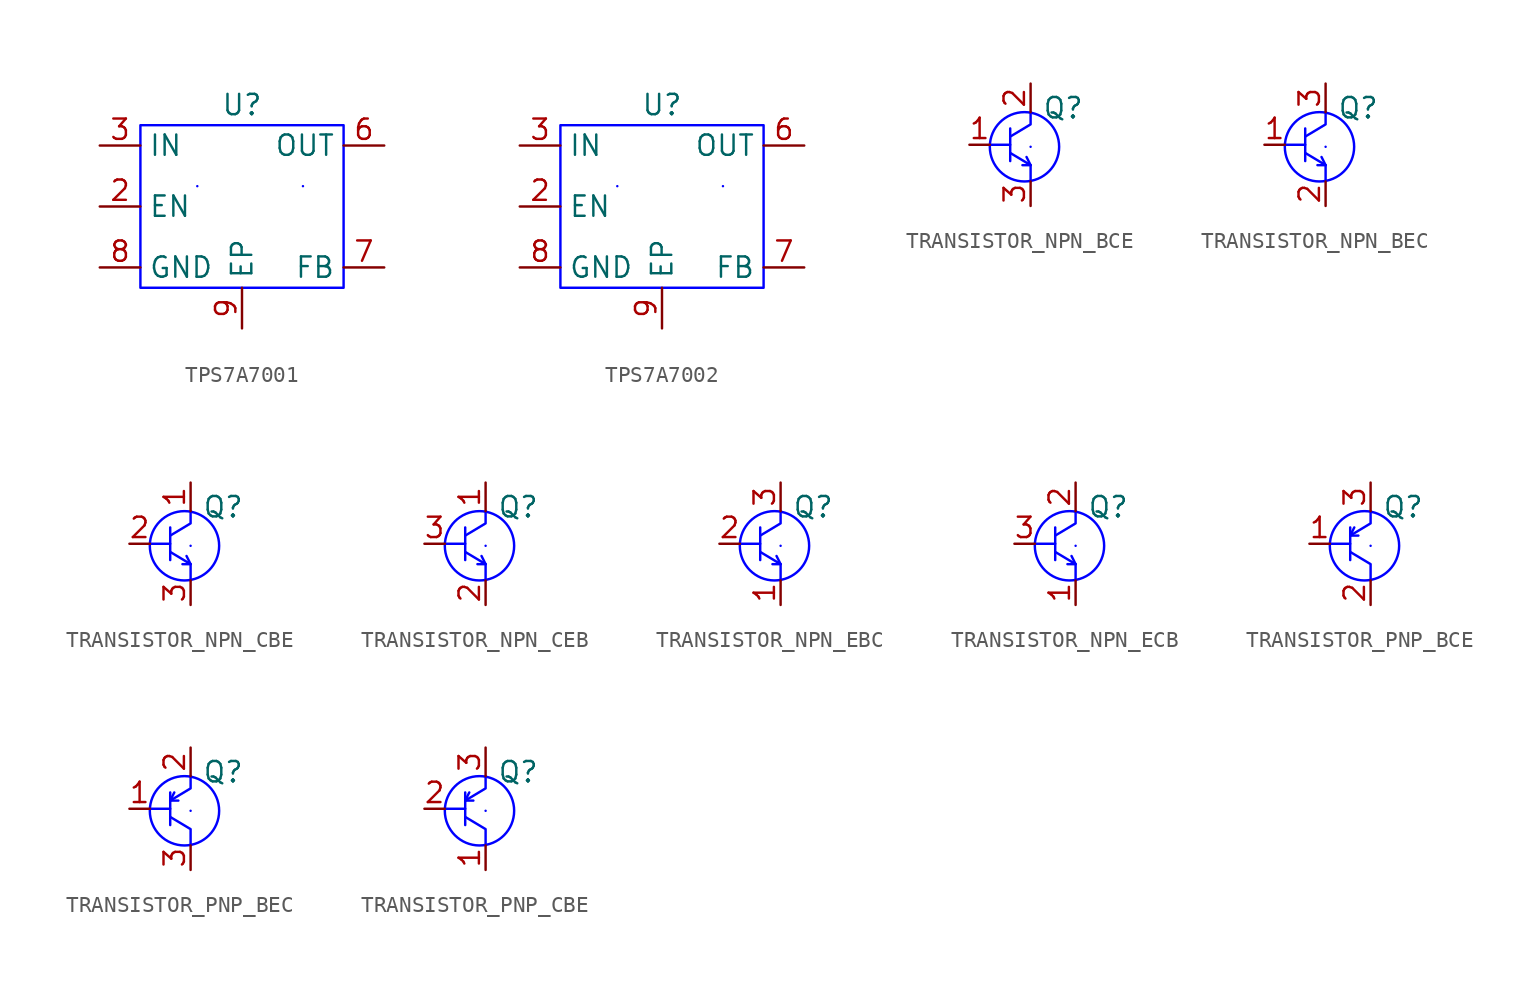
<source format=kicad_sym>
(kicad_symbol_lib
  (version 20241209)
  (generator "kicad_symbol_editor")
  (generator_version "9.0")
  (symbol "TPS7A7001"
    (property "Reference" "U"
      (at 6.35 1.27 0)
      (effects (font (size 1.27 1.27))))
    (property "Value" ""
      (at 0 0 0)
      (effects (font (size 1.27 1.27))))
    (symbol "TPS7A7001_0_1"
      (rectangle (start 0 0) (end 12.7 -10.16) (stroke (width 0) (type default) (color 0 0 255 1)) (fill (type none)))
      (polyline (pts (xy 3.556 -3.81) (xy 3.556 -3.81)) (stroke (width 0) (type default) (color 0 0 255 1)) (fill (type none)))
      (polyline (pts (xy 10.16 -3.81) (xy 10.16 -3.81)) (stroke (width 0) (type default) (color 0 0 255 1)) (fill (type none))))
    (symbol "TPS7A7001_1_1"
      (pin power_in line (at -2.54 -1.27 0) (length 2.54) (name "IN" (effects (font (size 1.27 1.27)))) (number "3" (effects (font (size 1.27 1.27)))))
      (pin input line (at -2.54 -5.08 0) (length 2.54) (name "EN" (effects (font (size 1.27 1.27)))) (number "2" (effects (font (size 1.27 1.27)))))
      (pin power_in line (at -2.54 -8.89 0) (length 2.54) (name "GND" (effects (font (size 1.27 1.27)))) (number "8" (effects (font (size 1.27 1.27)))))
      (pin power_in line (at 6.35 -12.7 90) (length 2.54) (name "EP" (effects (font (size 1.27 1.27)))) (number "9" (effects (font (size 1.27 1.27)))))
      (pin power_out line (at 15.24 -1.27 180) (length 2.54) (name "OUT" (effects (font (size 1.27 1.27)))) (number "6" (effects (font (size 1.27 1.27)))))
      (pin no_connect line (at 15.24 -3.81 180) (length 2.54) (hide yes) (name "NC" (effects (font (size 1.27 1.27)))) (number "1" (effects (font (size 1.27 1.27)))))
      (pin no_connect line (at 15.24 -5.08 180) (length 2.54) (hide yes) (name "NC" (effects (font (size 1.27 1.27)))) (number "4" (effects (font (size 1.27 1.27)))))
      (pin no_connect line (at 15.24 -6.35 180) (length 2.54) (hide yes) (name "NC" (effects (font (size 1.27 1.27)))) (number "5" (effects (font (size 1.27 1.27)))))
      (pin input line (at 15.24 -8.89 180) (length 2.54) (name "FB" (effects (font (size 1.27 1.27)))) (number "7" (effects (font (size 1.27 1.27)))))))
  (symbol "TPS7A7002"
    (property "Reference" "U"
      (at 6.35 1.27 0)
      (effects (font (size 1.27 1.27))))
    (property "Value" ""
      (at 0 0 0)
      (effects (font (size 1.27 1.27))))
    (symbol "TPS7A7002_0_1"
      (rectangle (start 0 0) (end 12.7 -10.16) (stroke (width 0) (type default) (color 0 0 255 1)) (fill (type none)))
      (polyline (pts (xy 3.556 -3.81) (xy 3.556 -3.81)) (stroke (width 0) (type default) (color 0 0 255 1)) (fill (type none)))
      (polyline (pts (xy 10.16 -3.81) (xy 10.16 -3.81)) (stroke (width 0) (type default) (color 0 0 255 1)) (fill (type none))))
    (symbol "TPS7A7002_1_1"
      (pin power_in line (at -2.54 -1.27 0) (length 2.54) (name "IN" (effects (font (size 1.27 1.27)))) (number "3" (effects (font (size 1.27 1.27)))))
      (pin input line (at -2.54 -5.08 0) (length 2.54) (name "EN" (effects (font (size 1.27 1.27)))) (number "2" (effects (font (size 1.27 1.27)))))
      (pin power_in line (at -2.54 -8.89 0) (length 2.54) (name "GND" (effects (font (size 1.27 1.27)))) (number "8" (effects (font (size 1.27 1.27)))))
      (pin power_in line (at 6.35 -12.7 90) (length 2.54) (name "EP" (effects (font (size 1.27 1.27)))) (number "9" (effects (font (size 1.27 1.27)))))
      (pin power_out line (at 15.24 -1.27 180) (length 2.54) (name "OUT" (effects (font (size 1.27 1.27)))) (number "6" (effects (font (size 1.27 1.27)))))
      (pin no_connect line (at 15.24 -3.81 180) (length 2.54) (hide yes) (name "NC" (effects (font (size 1.27 1.27)))) (number "1" (effects (font (size 1.27 1.27)))))
      (pin no_connect line (at 15.24 -5.08 180) (length 2.54) (hide yes) (name "NC" (effects (font (size 1.27 1.27)))) (number "4" (effects (font (size 1.27 1.27)))))
      (pin no_connect line (at 15.24 -6.35 180) (length 2.54) (hide yes) (name "NC" (effects (font (size 1.27 1.27)))) (number "5" (effects (font (size 1.27 1.27)))))
      (pin input line (at 15.24 -8.89 180) (length 2.54) (name "FB" (effects (font (size 1.27 1.27)))) (number "7" (effects (font (size 1.27 1.27)))))))
  (symbol "TRANSISTOR_NPN_BCE"
    (pin_names
      (offset 0)
      (hide yes))
    (property "Reference" "Q"
      (at 5.842 2.286 0)
      (effects (font (size 1.27 1.27))))
    (property "Value" ""
      (at 0 0 0)
      (effects (font (size 1.27 1.27))))
    (property "I(c)" ""
      (at 0 0 0)
      (effects (font (size 1.27 1.27))))
    (symbol "TRANSISTOR_NPN_BCE_0_1"
      (polyline (pts (xy 2.54 -0.508) (xy 3.81 -1.27) (xy 3.81 -2.286)) (stroke (width 0) (type default) (color 0 0 255 1)) (fill (type none)))
      (polyline (pts (xy 3.81 2.032) (xy 3.81 1.27) (xy 2.54 0.508)) (stroke (width 0) (type default) (color 0 0 255 1)) (fill (type none)))
      (polyline (pts (xy 3.81 -1.27) (xy 3.302 -1.27)) (stroke (width 0) (type default) (color 0 0 255 1)) (fill (type none)))
      (polyline (pts (xy 3.81 -1.27) (xy 3.556 -0.762)) (stroke (width 0) (type default) (color 0 0 255 1)) (fill (type none))))
    (symbol "TRANSISTOR_NPN_BCE_1_1"
      (polyline (pts (xy 1.27 0) (xy 2.54 0)) (stroke (width 0) (type solid) (color 0 0 255 1)) (fill (type none)))
      (polyline (pts (xy 2.54 1.016) (xy 2.54 -1.016)) (stroke (width 0) (type solid) (color 0 0 255 1)) (fill (type none)))
      (circle (center 3.429 -0.127) (radius 2.159) (stroke (width 0) (type solid) (color 0 0 255 1)) (fill (type none)))
      (polyline (pts (xy 3.81 -0.127) (xy 3.81 -0.127)) (stroke (width 0) (type solid) (color 0 0 255 1)) (fill (type none)))
      (pin input line (at 0 0 0) (length 1.27) (name "B" (effects (font (size 1.27 1.27)))) (number "1" (effects (font (size 1.27 1.27)))))
      (pin passive line (at 3.81 3.81 270) (length 1.778) (name "C" (effects (font (size 1.27 1.27)))) (number "2" (effects (font (size 1.27 1.27)))))
      (pin passive line (at 3.81 -3.81 90) (length 1.524) (name "E" (effects (font (size 1.27 1.27)))) (number "3" (effects (font (size 1.27 1.27)))))))
  (symbol "TRANSISTOR_NPN_BEC"
    (pin_names
      (offset 0)
      (hide yes))
    (property "Reference" "Q"
      (at 5.842 2.286 0)
      (effects (font (size 1.27 1.27))))
    (property "Value" ""
      (at 0 0 0)
      (effects (font (size 1.27 1.27))))
    (property "I(c)" ""
      (at 0 0 0)
      (effects (font (size 1.27 1.27))))
    (symbol "TRANSISTOR_NPN_BEC_0_1"
      (polyline (pts (xy 2.54 -0.508) (xy 3.81 -1.27) (xy 3.81 -2.286)) (stroke (width 0) (type default) (color 0 0 255 1)) (fill (type none)))
      (polyline (pts (xy 3.81 2.032) (xy 3.81 1.27) (xy 2.54 0.508)) (stroke (width 0) (type default) (color 0 0 255 1)) (fill (type none)))
      (polyline (pts (xy 3.81 -1.27) (xy 3.302 -1.27)) (stroke (width 0) (type default) (color 0 0 255 1)) (fill (type none)))
      (polyline (pts (xy 3.81 -1.27) (xy 3.556 -0.762)) (stroke (width 0) (type default) (color 0 0 255 1)) (fill (type none))))
    (symbol "TRANSISTOR_NPN_BEC_1_1"
      (polyline (pts (xy 1.27 0) (xy 2.54 0)) (stroke (width 0) (type solid) (color 0 0 255 1)) (fill (type none)))
      (polyline (pts (xy 2.54 1.016) (xy 2.54 -1.016)) (stroke (width 0) (type solid) (color 0 0 255 1)) (fill (type none)))
      (circle (center 3.429 -0.127) (radius 2.159) (stroke (width 0) (type default) (color 0 0 255 1)) (fill (type none)))
      (polyline (pts (xy 3.81 -0.127) (xy 3.81 -0.127)) (stroke (width 0) (type solid) (color 0 0 255 1)) (fill (type none)))
      (pin input line (at 0 0 0) (length 1.27) (name "B" (effects (font (size 1.27 1.27)))) (number "1" (effects (font (size 1.27 1.27)))))
      (pin passive line (at 3.81 3.81 270) (length 1.778) (name "C" (effects (font (size 1.27 1.27)))) (number "3" (effects (font (size 1.27 1.27)))))
      (pin passive line (at 3.81 -3.81 90) (length 1.524) (name "E" (effects (font (size 1.27 1.27)))) (number "2" (effects (font (size 1.27 1.27)))))))
  (symbol "TRANSISTOR_NPN_CBE"
    (pin_names
      (offset 0)
      (hide yes))
    (property "Reference" "Q"
      (at 5.842 2.286 0)
      (effects (font (size 1.27 1.27))))
    (property "Value" ""
      (at 0 0 0)
      (effects (font (size 1.27 1.27))))
    (property "I(c)" ""
      (at 0 0 0)
      (effects (font (size 1.27 1.27))))
    (symbol "TRANSISTOR_NPN_CBE_0_1"
      (polyline (pts (xy 2.54 -0.508) (xy 3.81 -1.27) (xy 3.81 -2.286)) (stroke (width 0) (type default) (color 0 0 255 1)) (fill (type none)))
      (polyline (pts (xy 3.81 2.032) (xy 3.81 1.27) (xy 2.54 0.508)) (stroke (width 0) (type default) (color 0 0 255 1)) (fill (type none)))
      (polyline (pts (xy 3.81 -1.27) (xy 3.302 -1.27)) (stroke (width 0) (type default) (color 0 0 255 1)) (fill (type none)))
      (polyline (pts (xy 3.81 -1.27) (xy 3.556 -0.762)) (stroke (width 0) (type default) (color 0 0 255 1)) (fill (type none))))
    (symbol "TRANSISTOR_NPN_CBE_1_1"
      (polyline (pts (xy 1.27 0) (xy 2.54 0)) (stroke (width 0) (type solid) (color 0 0 255 1)) (fill (type none)))
      (polyline (pts (xy 2.54 1.016) (xy 2.54 -1.016)) (stroke (width 0) (type solid) (color 0 0 255 1)) (fill (type none)))
      (circle (center 3.429 -0.127) (radius 2.159) (stroke (width 0) (type default) (color 0 0 255 1)) (fill (type none)))
      (polyline (pts (xy 3.81 -0.127) (xy 3.81 -0.127)) (stroke (width 0) (type solid) (color 0 0 255 1)) (fill (type none)))
      (pin input line (at 0 0 0) (length 1.27) (name "B" (effects (font (size 1.27 1.27)))) (number "2" (effects (font (size 1.27 1.27)))))
      (pin passive line (at 3.81 3.81 270) (length 1.778) (name "C" (effects (font (size 1.27 1.27)))) (number "1" (effects (font (size 1.27 1.27)))))
      (pin passive line (at 3.81 -3.81 90) (length 1.524) (name "E" (effects (font (size 1.27 1.27)))) (number "3" (effects (font (size 1.27 1.27)))))))
  (symbol "TRANSISTOR_NPN_CEB"
    (pin_names
      (offset 0)
      (hide yes))
    (property "Reference" "Q"
      (at 5.842 2.286 0)
      (effects (font (size 1.27 1.27))))
    (property "Value" ""
      (at 0 0 0)
      (effects (font (size 1.27 1.27))))
    (property "I(c)" ""
      (at 0 0 0)
      (effects (font (size 1.27 1.27))))
    (symbol "TRANSISTOR_NPN_CEB_0_1"
      (polyline (pts (xy 2.54 -0.508) (xy 3.81 -1.27) (xy 3.81 -2.286)) (stroke (width 0) (type default) (color 0 0 255 1)) (fill (type none)))
      (polyline (pts (xy 3.81 2.032) (xy 3.81 1.27) (xy 2.54 0.508)) (stroke (width 0) (type default) (color 0 0 255 1)) (fill (type none)))
      (polyline (pts (xy 3.81 -1.27) (xy 3.302 -1.27)) (stroke (width 0) (type default) (color 0 0 255 1)) (fill (type none)))
      (polyline (pts (xy 3.81 -1.27) (xy 3.556 -0.762)) (stroke (width 0) (type default) (color 0 0 255 1)) (fill (type none))))
    (symbol "TRANSISTOR_NPN_CEB_1_1"
      (polyline (pts (xy 1.27 0) (xy 2.54 0)) (stroke (width 0) (type solid) (color 0 0 255 1)) (fill (type none)))
      (polyline (pts (xy 2.54 1.016) (xy 2.54 -1.016)) (stroke (width 0) (type solid) (color 0 0 255 1)) (fill (type none)))
      (circle (center 3.429 -0.127) (radius 2.159) (stroke (width 0) (type default) (color 0 0 255 1)) (fill (type none)))
      (polyline (pts (xy 3.81 -0.127) (xy 3.81 -0.127)) (stroke (width 0) (type solid) (color 0 0 255 1)) (fill (type none)))
      (pin input line (at 0 0 0) (length 1.27) (name "B" (effects (font (size 1.27 1.27)))) (number "3" (effects (font (size 1.27 1.27)))))
      (pin passive line (at 3.81 3.81 270) (length 1.778) (name "C" (effects (font (size 1.27 1.27)))) (number "1" (effects (font (size 1.27 1.27)))))
      (pin passive line (at 3.81 -3.81 90) (length 1.524) (name "E" (effects (font (size 1.27 1.27)))) (number "2" (effects (font (size 1.27 1.27)))))))
  (symbol "TRANSISTOR_NPN_EBC"
    (pin_names
      (offset 0)
      (hide yes))
    (property "Reference" "Q"
      (at 5.842 2.286 0)
      (effects (font (size 1.27 1.27))))
    (property "Value" ""
      (at 0 0 0)
      (effects (font (size 1.27 1.27))))
    (property "I(c)" ""
      (at 0 0 0)
      (effects (font (size 1.27 1.27))))
    (symbol "TRANSISTOR_NPN_EBC_0_1"
      (polyline (pts (xy 2.54 -0.508) (xy 3.81 -1.27) (xy 3.81 -2.286)) (stroke (width 0) (type default) (color 0 0 255 1)) (fill (type none)))
      (polyline (pts (xy 3.81 2.032) (xy 3.81 1.27) (xy 2.54 0.508)) (stroke (width 0) (type default) (color 0 0 255 1)) (fill (type none)))
      (polyline (pts (xy 3.81 -1.27) (xy 3.302 -1.27)) (stroke (width 0) (type default) (color 0 0 255 1)) (fill (type none)))
      (polyline (pts (xy 3.81 -1.27) (xy 3.556 -0.762)) (stroke (width 0) (type default) (color 0 0 255 1)) (fill (type none))))
    (symbol "TRANSISTOR_NPN_EBC_1_1"
      (polyline (pts (xy 1.27 0) (xy 2.54 0)) (stroke (width 0) (type solid) (color 0 0 255 1)) (fill (type none)))
      (polyline (pts (xy 2.54 1.016) (xy 2.54 -1.016)) (stroke (width 0) (type solid) (color 0 0 255 1)) (fill (type none)))
      (circle (center 3.429 -0.127) (radius 2.159) (stroke (width 0) (type default) (color 0 0 255 1)) (fill (type none)))
      (polyline (pts (xy 3.81 -0.127) (xy 3.81 -0.127)) (stroke (width 0) (type solid) (color 0 0 255 1)) (fill (type none)))
      (pin input line (at 0 0 0) (length 1.27) (name "B" (effects (font (size 1.27 1.27)))) (number "2" (effects (font (size 1.27 1.27)))))
      (pin passive line (at 3.81 3.81 270) (length 1.778) (name "C" (effects (font (size 1.27 1.27)))) (number "3" (effects (font (size 1.27 1.27)))))
      (pin passive line (at 3.81 -3.81 90) (length 1.524) (name "E" (effects (font (size 1.27 1.27)))) (number "1" (effects (font (size 1.27 1.27)))))))
  (symbol "TRANSISTOR_NPN_ECB"
    (pin_names
      (offset 0)
      (hide yes))
    (property "Reference" "Q"
      (at 5.842 2.286 0)
      (effects (font (size 1.27 1.27))))
    (property "Value" ""
      (at 0 0 0)
      (effects (font (size 1.27 1.27))))
    (property "I(c)" ""
      (at 0 0 0)
      (effects (font (size 1.27 1.27))))
    (symbol "TRANSISTOR_NPN_ECB_0_1"
      (polyline (pts (xy 2.54 -0.508) (xy 3.81 -1.27) (xy 3.81 -2.286)) (stroke (width 0) (type default) (color 0 0 255 1)) (fill (type none)))
      (polyline (pts (xy 3.81 2.032) (xy 3.81 1.27) (xy 2.54 0.508)) (stroke (width 0) (type default) (color 0 0 255 1)) (fill (type none)))
      (polyline (pts (xy 3.81 -1.27) (xy 3.302 -1.27)) (stroke (width 0) (type default) (color 0 0 255 1)) (fill (type none)))
      (polyline (pts (xy 3.81 -1.27) (xy 3.556 -0.762)) (stroke (width 0) (type default) (color 0 0 255 1)) (fill (type none))))
    (symbol "TRANSISTOR_NPN_ECB_1_1"
      (polyline (pts (xy 1.27 0) (xy 2.54 0)) (stroke (width 0) (type solid) (color 0 0 255 1)) (fill (type none)))
      (polyline (pts (xy 2.54 1.016) (xy 2.54 -1.016)) (stroke (width 0) (type solid) (color 0 0 255 1)) (fill (type none)))
      (circle (center 3.429 -0.127) (radius 2.159) (stroke (width 0) (type default) (color 0 0 255 1)) (fill (type none)))
      (polyline (pts (xy 3.81 -0.127) (xy 3.81 -0.127)) (stroke (width 0) (type solid) (color 0 0 255 1)) (fill (type none)))
      (pin input line (at 0 0 0) (length 1.27) (name "B" (effects (font (size 1.27 1.27)))) (number "3" (effects (font (size 1.27 1.27)))))
      (pin passive line (at 3.81 3.81 270) (length 1.778) (name "C" (effects (font (size 1.27 1.27)))) (number "2" (effects (font (size 1.27 1.27)))))
      (pin passive line (at 3.81 -3.81 90) (length 1.524) (name "E" (effects (font (size 1.27 1.27)))) (number "1" (effects (font (size 1.27 1.27)))))))
  (symbol "TRANSISTOR_PNP_BCE"
    (pin_names
      (offset 0)
      (hide yes))
    (property "Reference" "Q"
      (at 5.842 2.286 0)
      (effects (font (size 1.27 1.27))))
    (property "Value" ""
      (at 0 0 0)
      (effects (font (size 1.27 1.27))))
    (property "I(c)" ""
      (at 0 0 0)
      (effects (font (size 1.27 1.27))))
    (symbol "TRANSISTOR_PNP_BCE_0_1"
      (polyline (pts (xy 2.54 0.508) (xy 2.794 1.016)) (stroke (width 0) (type default) (color 0 0 255 1)) (fill (type none)))
      (polyline (pts (xy 2.54 0.508) (xy 3.048 0.508)) (stroke (width 0) (type default) (color 0 0 255 1)) (fill (type none)))
      (polyline (pts (xy 2.54 -0.508) (xy 3.81 -1.27) (xy 3.81 -2.286)) (stroke (width 0) (type default) (color 0 0 255 1)) (fill (type none)))
      (polyline (pts (xy 3.81 2.032) (xy 3.81 1.27) (xy 2.54 0.508)) (stroke (width 0) (type default) (color 0 0 255 1)) (fill (type none))))
    (symbol "TRANSISTOR_PNP_BCE_1_1"
      (polyline (pts (xy 1.27 0) (xy 2.54 0)) (stroke (width 0) (type solid) (color 0 0 255 1)) (fill (type none)))
      (polyline (pts (xy 2.54 1.016) (xy 2.54 -1.016)) (stroke (width 0) (type solid) (color 0 0 255 1)) (fill (type none)))
      (circle (center 3.429 -0.127) (radius 2.159) (stroke (width 0) (type default) (color 0 0 255 1)) (fill (type none)))
      (polyline (pts (xy 3.81 -0.127) (xy 3.81 -0.127)) (stroke (width 0) (type solid) (color 0 0 255 1)) (fill (type none)))
      (pin input line (at 0 0 0) (length 1.27) (name "B" (effects (font (size 1.27 1.27)))) (number "1" (effects (font (size 1.27 1.27)))))
      (pin passive line (at 3.81 3.81 270) (length 1.778) (name "E" (effects (font (size 1.27 1.27)))) (number "3" (effects (font (size 1.27 1.27)))))
      (pin passive line (at 3.81 -3.81 90) (length 1.524) (name "C" (effects (font (size 1.27 1.27)))) (number "2" (effects (font (size 1.27 1.27)))))))
  (symbol "TRANSISTOR_PNP_BEC"
    (pin_names
      (offset 0)
      (hide yes))
    (property "Reference" "Q"
      (at 5.842 2.286 0)
      (effects (font (size 1.27 1.27))))
    (property "Value" ""
      (at 0 0 0)
      (effects (font (size 1.27 1.27))))
    (property "I(c)" ""
      (at 0 0 0)
      (effects (font (size 1.27 1.27))))
    (symbol "TRANSISTOR_PNP_BEC_0_1"
      (polyline (pts (xy 2.54 0.508) (xy 2.794 1.016)) (stroke (width 0) (type default) (color 0 0 255 1)) (fill (type none)))
      (polyline (pts (xy 2.54 0.508) (xy 3.048 0.508)) (stroke (width 0) (type default) (color 0 0 255 1)) (fill (type none)))
      (polyline (pts (xy 2.54 -0.508) (xy 3.81 -1.27) (xy 3.81 -2.286)) (stroke (width 0) (type default) (color 0 0 255 1)) (fill (type none)))
      (polyline (pts (xy 3.81 2.032) (xy 3.81 1.27) (xy 2.54 0.508)) (stroke (width 0) (type default) (color 0 0 255 1)) (fill (type none))))
    (symbol "TRANSISTOR_PNP_BEC_1_1"
      (polyline (pts (xy 1.27 0) (xy 2.54 0)) (stroke (width 0) (type solid) (color 0 0 255 1)) (fill (type none)))
      (polyline (pts (xy 2.54 1.016) (xy 2.54 -1.016)) (stroke (width 0) (type solid) (color 0 0 255 1)) (fill (type none)))
      (circle (center 3.429 -0.127) (radius 2.159) (stroke (width 0) (type default) (color 0 0 255 1)) (fill (type none)))
      (polyline (pts (xy 3.81 -0.127) (xy 3.81 -0.127)) (stroke (width 0) (type solid) (color 0 0 255 1)) (fill (type none)))
      (pin input line (at 0 0 0) (length 1.27) (name "B" (effects (font (size 1.27 1.27)))) (number "1" (effects (font (size 1.27 1.27)))))
      (pin passive line (at 3.81 3.81 270) (length 1.778) (name "E" (effects (font (size 1.27 1.27)))) (number "2" (effects (font (size 1.27 1.27)))))
      (pin passive line (at 3.81 -3.81 90) (length 1.524) (name "C" (effects (font (size 1.27 1.27)))) (number "3" (effects (font (size 1.27 1.27)))))))
  (symbol "TRANSISTOR_PNP_CBE"
    (pin_names
      (offset 0)
      (hide yes))
    (property "Reference" "Q"
      (at 5.842 2.286 0)
      (effects (font (size 1.27 1.27))))
    (property "Value" ""
      (at 0 0 0)
      (effects (font (size 1.27 1.27))))
    (property "I(c)" ""
      (at 0 0 0)
      (effects (font (size 1.27 1.27))))
    (symbol "TRANSISTOR_PNP_CBE_0_1"
      (polyline (pts (xy 2.54 0.508) (xy 2.794 1.016)) (stroke (width 0) (type default) (color 0 0 255 1)) (fill (type none)))
      (polyline (pts (xy 2.54 0.508) (xy 3.048 0.508)) (stroke (width 0) (type default) (color 0 0 255 1)) (fill (type none)))
      (polyline (pts (xy 2.54 -0.508) (xy 3.81 -1.27) (xy 3.81 -2.286)) (stroke (width 0) (type default) (color 0 0 255 1)) (fill (type none)))
      (polyline (pts (xy 3.81 2.032) (xy 3.81 1.27) (xy 2.54 0.508)) (stroke (width 0) (type default) (color 0 0 255 1)) (fill (type none))))
    (symbol "TRANSISTOR_PNP_CBE_1_1"
      (polyline (pts (xy 1.27 0) (xy 2.54 0)) (stroke (width 0) (type solid) (color 0 0 255 1)) (fill (type none)))
      (polyline (pts (xy 2.54 1.016) (xy 2.54 -1.016)) (stroke (width 0) (type solid) (color 0 0 255 1)) (fill (type none)))
      (circle (center 3.429 -0.127) (radius 2.159) (stroke (width 0) (type default) (color 0 0 255 1)) (fill (type none)))
      (polyline (pts (xy 3.81 -0.127) (xy 3.81 -0.127)) (stroke (width 0) (type solid) (color 0 0 255 1)) (fill (type none)))
      (pin input line (at 0 0 0) (length 1.27) (name "B" (effects (font (size 1.27 1.27)))) (number "2" (effects (font (size 1.27 1.27)))))
      (pin passive line (at 3.81 3.81 270) (length 1.778) (name "E" (effects (font (size 1.27 1.27)))) (number "3" (effects (font (size 1.27 1.27)))))
      (pin passive line (at 3.81 -3.81 90) (length 1.524) (name "C" (effects (font (size 1.27 1.27)))) (number "1" (effects (font (size 1.27 1.27))))))))
</source>
